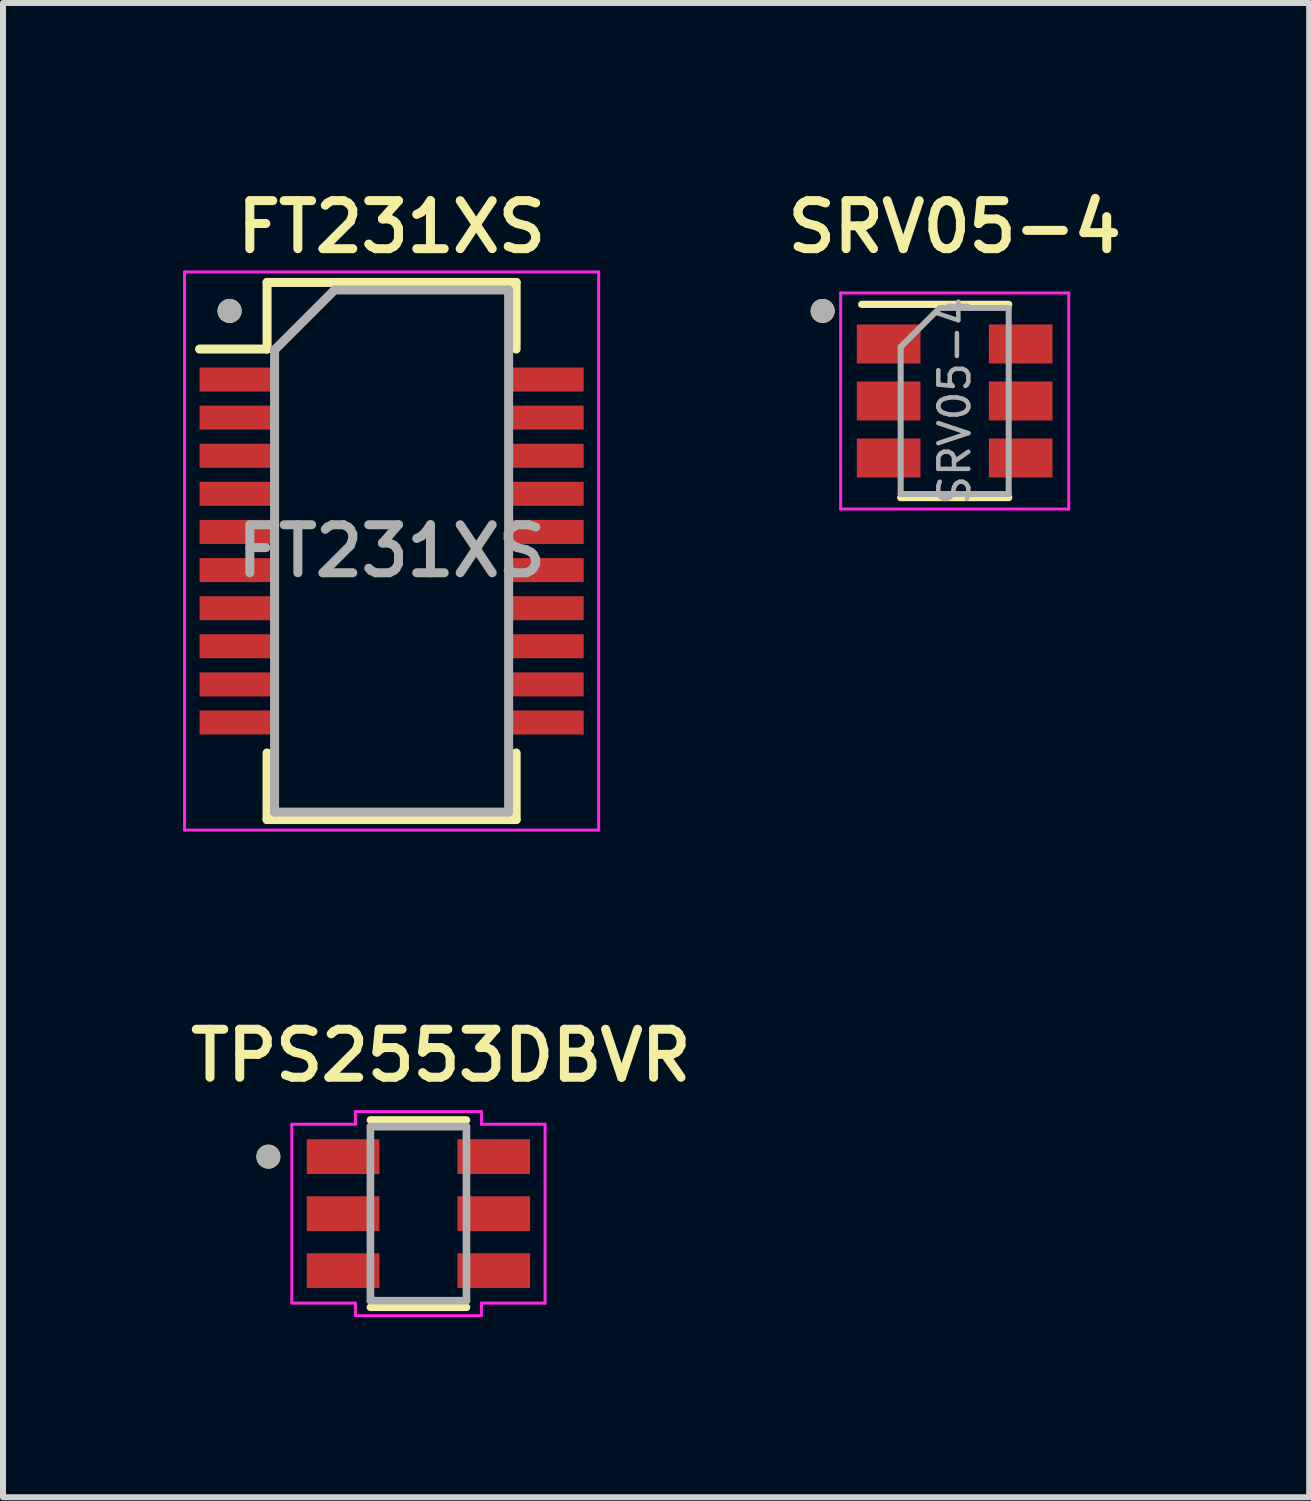
<source format=kicad_pcb>
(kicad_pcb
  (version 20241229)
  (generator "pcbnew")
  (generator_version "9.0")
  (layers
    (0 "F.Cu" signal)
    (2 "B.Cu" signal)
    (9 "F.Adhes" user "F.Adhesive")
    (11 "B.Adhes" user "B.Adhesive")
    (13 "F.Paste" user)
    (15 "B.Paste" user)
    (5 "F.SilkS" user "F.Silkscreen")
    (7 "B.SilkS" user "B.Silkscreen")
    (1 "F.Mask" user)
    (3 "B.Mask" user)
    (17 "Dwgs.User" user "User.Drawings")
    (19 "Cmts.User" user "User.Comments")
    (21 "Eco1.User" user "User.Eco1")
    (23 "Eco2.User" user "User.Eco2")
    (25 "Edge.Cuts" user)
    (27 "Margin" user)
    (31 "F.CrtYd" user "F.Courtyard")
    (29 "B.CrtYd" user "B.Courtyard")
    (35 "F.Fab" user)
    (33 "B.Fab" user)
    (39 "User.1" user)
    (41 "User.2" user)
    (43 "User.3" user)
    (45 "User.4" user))
  (footprint "FT231XS"
    (layer "F.Cu")
    (at 3.475 6.131)
    (property "Reference" "FT231XS" (at 0 -5.4 0) (layer "F.SilkS") (effects (font (size 0.8 0.8) (thickness 0.15))))
    (attr smd)
    (fp_line (start -2.075 -4.475) (end 2.075 -4.475) (stroke (width 0.15) (type solid)) (layer "F.SilkS"))
    (fp_line (start -2.075 -3.365) (end -3.2 -3.365) (stroke (width 0.15) (type solid)) (layer "F.SilkS"))
    (fp_line (start -2.075 -3.365) (end -2.075 -4.475) (stroke (width 0.15) (type solid)) (layer "F.SilkS"))
    (fp_line (start -2.075 4.475) (end -2.075 3.365) (stroke (width 0.15) (type solid)) (layer "F.SilkS"))
    (fp_line (start -2.075 4.475) (end 2.075 4.475) (stroke (width 0.15) (type solid)) (layer "F.SilkS"))
    (fp_line (start 2.075 -4.475) (end 2.075 -3.365) (stroke (width 0.15) (type solid)) (layer "F.SilkS"))
    (fp_line (start 2.075 4.475) (end 2.075 3.365) (stroke (width 0.15) (type solid)) (layer "F.SilkS"))
    (fp_circle (center -2.7 -4) (end -2.6 -4) (stroke (width 0.2) (type solid)) (fill no) (layer "F.SilkS"))
    (fp_line (start -3.45 -4.65) (end -3.45 4.65) (stroke (width 0.05) (type solid)) (layer "F.CrtYd"))
    (fp_line (start -3.45 -4.65) (end 3.45 -4.65) (stroke (width 0.05) (type solid)) (layer "F.CrtYd"))
    (fp_line (start -3.45 4.65) (end 3.45 4.65) (stroke (width 0.05) (type solid)) (layer "F.CrtYd"))
    (fp_line (start 3.45 -4.65) (end 3.45 4.65) (stroke (width 0.05) (type solid)) (layer "F.CrtYd"))
    (fp_line (start -1.95 -3.35) (end -0.95 -4.35) (stroke (width 0.15) (type solid)) (layer "F.Fab"))
    (fp_line (start -1.95 4.35) (end -1.95 -3.35) (stroke (width 0.15) (type solid)) (layer "F.Fab"))
    (fp_line (start -0.95 -4.35) (end 1.95 -4.35) (stroke (width 0.15) (type solid)) (layer "F.Fab"))
    (fp_line (start 1.95 -4.35) (end 1.95 4.35) (stroke (width 0.15) (type solid)) (layer "F.Fab"))
    (fp_line (start 1.95 4.35) (end -1.95 4.35) (stroke (width 0.15) (type solid)) (layer "F.Fab"))
    (fp_circle (center -2.7 -4) (end -2.6 -4) (stroke (width 0.2) (type solid)) (fill no) (layer "F.Fab"))
    (fp_text user "${REFERENCE}" (at 0 0 0) (layer "F.Fab") (effects (font (size 0.8 0.8) (thickness 0.15))))
    (pad "1" smd rect (at -2.6 -2.857) (size 1.2 0.4) (layers "F.Cu" "F.Mask" "F.Paste"))
    (pad "2" smd rect (at -2.6 -2.223) (size 1.2 0.4) (layers "F.Cu" "F.Mask" "F.Paste"))
    (pad "3" smd rect (at -2.6 -1.587) (size 1.2 0.4) (layers "F.Cu" "F.Mask" "F.Paste"))
    (pad "4" smd rect (at -2.6 -0.953) (size 1.2 0.4) (layers "F.Cu" "F.Mask" "F.Paste"))
    (pad "5" smd rect (at -2.6 -0.318) (size 1.2 0.4) (layers "F.Cu" "F.Mask" "F.Paste"))
    (pad "6" smd rect (at -2.6 0.318) (size 1.2 0.4) (layers "F.Cu" "F.Mask" "F.Paste"))
    (pad "7" smd rect (at -2.6 0.953) (size 1.2 0.4) (layers "F.Cu" "F.Mask" "F.Paste"))
    (pad "8" smd rect (at -2.6 1.587) (size 1.2 0.4) (layers "F.Cu" "F.Mask" "F.Paste"))
    (pad "9" smd rect (at -2.6 2.223) (size 1.2 0.4) (layers "F.Cu" "F.Mask" "F.Paste"))
    (pad "10" smd rect (at -2.6 2.857) (size 1.2 0.4) (layers "F.Cu" "F.Mask" "F.Paste"))
    (pad "11" smd rect (at 2.6 2.857) (size 1.2 0.4) (layers "F.Cu" "F.Mask" "F.Paste"))
    (pad "12" smd rect (at 2.6 2.223) (size 1.2 0.4) (layers "F.Cu" "F.Mask" "F.Paste"))
    (pad "13" smd rect (at 2.6 1.587) (size 1.2 0.4) (layers "F.Cu" "F.Mask" "F.Paste"))
    (pad "14" smd rect (at 2.6 0.953) (size 1.2 0.4) (layers "F.Cu" "F.Mask" "F.Paste"))
    (pad "15" smd rect (at 2.6 0.318) (size 1.2 0.4) (layers "F.Cu" "F.Mask" "F.Paste"))
    (pad "16" smd rect (at 2.6 -0.318) (size 1.2 0.4) (layers "F.Cu" "F.Mask" "F.Paste"))
    (pad "17" smd rect (at 2.6 -0.953) (size 1.2 0.4) (layers "F.Cu" "F.Mask" "F.Paste"))
    (pad "18" smd rect (at 2.6 -1.587) (size 1.2 0.4) (layers "F.Cu" "F.Mask" "F.Paste"))
    (pad "19" smd rect (at 2.6 -2.223) (size 1.2 0.4) (layers "F.Cu" "F.Mask" "F.Paste"))
    (pad "20" smd rect (at 2.6 -2.857) (size 1.2 0.4) (layers "F.Cu" "F.Mask" "F.Paste")))
  (footprint "SRV05-4"
    (layer "F.Cu")
    (at 12.857 3.631)
    (property "Reference" "SRV05-4" (at 0 -2.9 0) (layer "F.SilkS") (effects (font (size 0.8 0.8) (thickness 0.15))))
    (attr smd)
    (fp_line (start -0.9 1.61) (end 0.9 1.61) (stroke (width 0.12) (type solid)) (layer "F.SilkS"))
    (fp_line (start 0.9 -1.61) (end -1.55 -1.61) (stroke (width 0.12) (type solid)) (layer "F.SilkS"))
    (fp_circle (center -2.2 -1.5) (end -2.1 -1.5) (stroke (width 0.2) (type solid)) (fill no) (layer "F.SilkS"))
    (fp_line (start -1.9 -1.8) (end -1.9 1.8) (stroke (width 0.05) (type solid)) (layer "F.CrtYd"))
    (fp_line (start -1.9 1.8) (end 1.9 1.8) (stroke (width 0.05) (type solid)) (layer "F.CrtYd"))
    (fp_line (start 1.9 -1.8) (end -1.9 -1.8) (stroke (width 0.05) (type solid)) (layer "F.CrtYd"))
    (fp_line (start 1.9 1.8) (end 1.9 -1.8) (stroke (width 0.05) (type solid)) (layer "F.CrtYd"))
    (fp_line (start -0.9 -0.9) (end -0.9 1.55) (stroke (width 0.1) (type solid)) (layer "F.Fab"))
    (fp_line (start -0.9 -0.9) (end -0.25 -1.55) (stroke (width 0.1) (type solid)) (layer "F.Fab"))
    (fp_line (start 0.9 -1.55) (end -0.25 -1.55) (stroke (width 0.1) (type solid)) (layer "F.Fab"))
    (fp_line (start 0.9 -1.55) (end 0.9 1.55) (stroke (width 0.1) (type solid)) (layer "F.Fab"))
    (fp_line (start 0.9 1.55) (end -0.9 1.55) (stroke (width 0.1) (type solid)) (layer "F.Fab"))
    (fp_circle (center -2.2 -1.5) (end -2.1 -1.5) (stroke (width 0.2) (type solid)) (fill no) (layer "F.Fab"))
    (fp_text user "${REFERENCE}" (at 0 0 90) (layer "F.Fab") (effects (font (size 0.5 0.5) (thickness 0.075))))
    (pad "1" smd rect (at -1.1 -0.95) (size 1.06 0.65) (layers "F.Cu" "F.Mask" "F.Paste"))
    (pad "2" smd rect (at -1.1 0) (size 1.06 0.65) (layers "F.Cu" "F.Mask" "F.Paste"))
    (pad "3" smd rect (at -1.1 0.95) (size 1.06 0.65) (layers "F.Cu" "F.Mask" "F.Paste"))
    (pad "4" smd rect (at 1.1 0.95) (size 1.06 0.65) (layers "F.Cu" "F.Mask" "F.Paste"))
    (pad "5" smd rect (at 1.1 0) (size 1.06 0.65) (layers "F.Cu" "F.Mask" "F.Paste"))
    (pad "6" smd rect (at 1.1 -0.95) (size 1.06 0.65) (layers "F.Cu" "F.Mask" "F.Paste")))
  (footprint "TPS2553DBVR"
    (layer "F.Cu")
    (at 3.922 17.172)
    (property "Reference" "TPS2553DBVR" (at 0.375 -2.635 0) (layer "F.SilkS") (effects (font (size 0.8 0.8) (thickness 0.15))))
    (attr through_hole)
    (fp_line (start -0.8 1.56) (end 0.8 1.56) (stroke (width 0.127) (type solid)) (layer "F.SilkS"))
    (fp_line (start 0.8 -1.56) (end -0.8 -1.56) (stroke (width 0.127) (type solid)) (layer "F.SilkS"))
    (fp_circle (center -2.5 -0.95) (end -2.4 -0.95) (stroke (width 0.2) (type solid)) (fill no) (layer "F.SilkS"))
    (fp_line (start -2.11 -1.49) (end -2.11 1.49) (stroke (width 0.05) (type solid)) (layer "F.CrtYd"))
    (fp_line (start -2.11 -1.49) (end -1.05 -1.49) (stroke (width 0.05) (type solid)) (layer "F.CrtYd"))
    (fp_line (start -2.11 1.49) (end -1.05 1.49) (stroke (width 0.05) (type solid)) (layer "F.CrtYd"))
    (fp_line (start -1.05 -1.49) (end -1.05 -1.7) (stroke (width 0.05) (type solid)) (layer "F.CrtYd"))
    (fp_line (start -1.05 1.49) (end -1.05 1.7) (stroke (width 0.05) (type solid)) (layer "F.CrtYd"))
    (fp_line (start -1.05 1.7) (end 1.05 1.7) (stroke (width 0.05) (type solid)) (layer "F.CrtYd"))
    (fp_line (start 1.05 -1.7) (end -1.05 -1.7) (stroke (width 0.05) (type solid)) (layer "F.CrtYd"))
    (fp_line (start 1.05 -1.49) (end 1.05 -1.7) (stroke (width 0.05) (type solid)) (layer "F.CrtYd"))
    (fp_line (start 1.05 1.49) (end 1.05 1.7) (stroke (width 0.05) (type solid)) (layer "F.CrtYd"))
    (fp_line (start 2.11 -1.49) (end 1.05 -1.49) (stroke (width 0.05) (type solid)) (layer "F.CrtYd"))
    (fp_line (start 2.11 1.49) (end 1.05 1.49) (stroke (width 0.05) (type solid)) (layer "F.CrtYd"))
    (fp_line (start 2.11 1.49) (end 2.11 -1.49) (stroke (width 0.05) (type solid)) (layer "F.CrtYd"))
    (fp_line (start -0.8 -1.45) (end -0.8 1.45) (stroke (width 0.127) (type solid)) (layer "F.Fab"))
    (fp_line (start -0.8 1.45) (end 0.8 1.45) (stroke (width 0.127) (type solid)) (layer "F.Fab"))
    (fp_line (start 0.8 -1.45) (end -0.8 -1.45) (stroke (width 0.127) (type solid)) (layer "F.Fab"))
    (fp_line (start 0.8 1.45) (end 0.8 -1.45) (stroke (width 0.127) (type solid)) (layer "F.Fab"))
    (fp_circle (center -2.5 -0.95) (end -2.4 -0.95) (stroke (width 0.2) (type solid)) (fill no) (layer "F.Fab"))
    (pad "1" smd rect (at -1.255 -0.95) (size 1.21 0.58) (layers "F.Cu" "F.Mask" "F.Paste"))
    (pad "2" smd rect (at -1.255 0) (size 1.21 0.58) (layers "F.Cu" "F.Mask" "F.Paste"))
    (pad "3" smd rect (at -1.255 0.95) (size 1.21 0.58) (layers "F.Cu" "F.Mask" "F.Paste"))
    (pad "4" smd rect (at 1.255 0.95) (size 1.21 0.58) (layers "F.Cu" "F.Mask" "F.Paste"))
    (pad "5" smd rect (at 1.255 0) (size 1.21 0.58) (layers "F.Cu" "F.Mask" "F.Paste"))
    (pad "6" smd rect (at 1.255 -0.95) (size 1.21 0.58) (layers "F.Cu" "F.Mask" "F.Paste")))
  (gr_rect
    (start -3 -3)
    (end 18.764 21.898)
    (stroke (width 0.1) (type default))
    (fill no)
    (layer "Edge.Cuts")))
</source>
